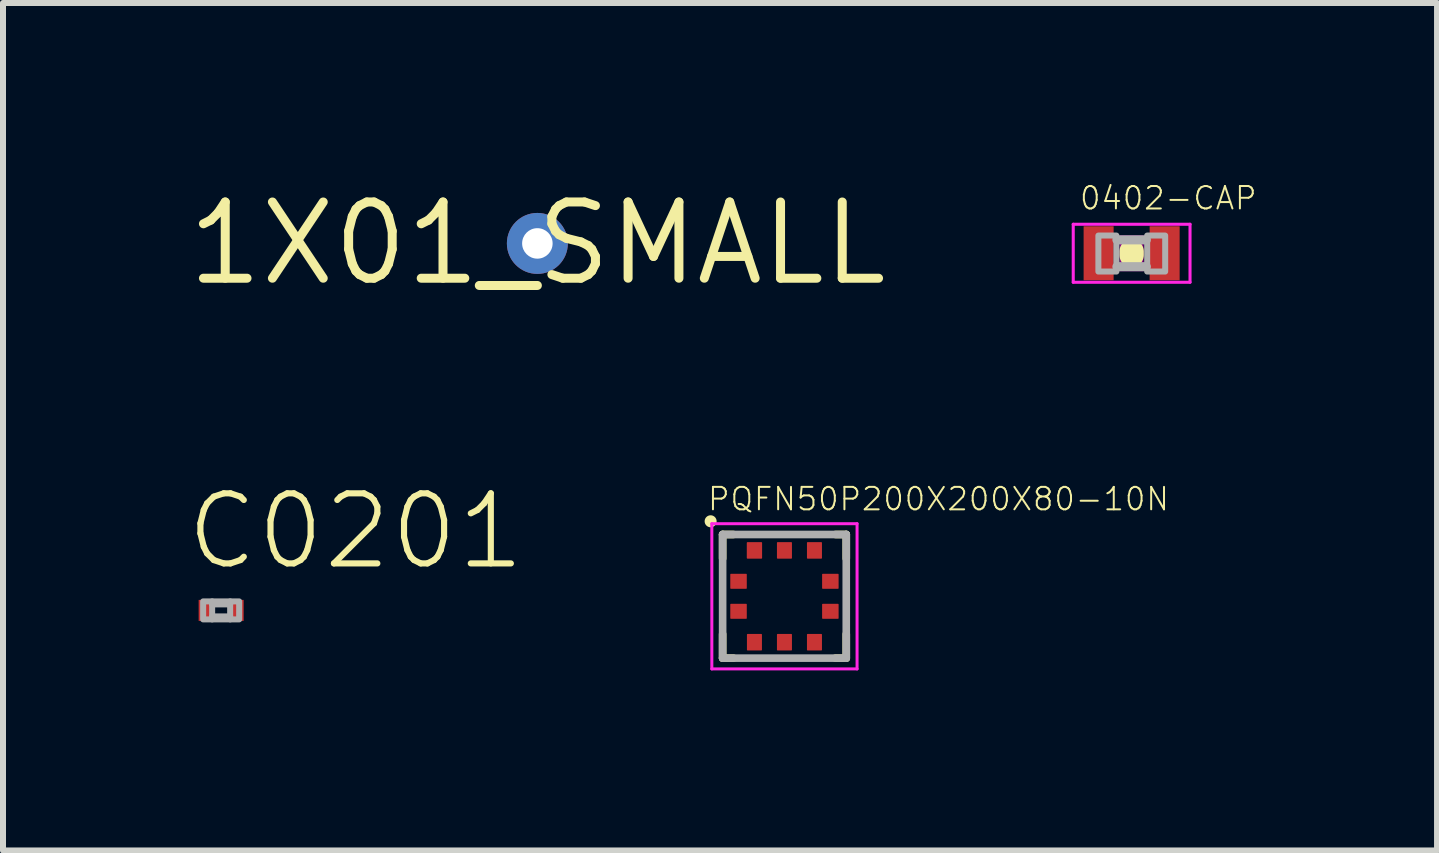
<source format=kicad_pcb>
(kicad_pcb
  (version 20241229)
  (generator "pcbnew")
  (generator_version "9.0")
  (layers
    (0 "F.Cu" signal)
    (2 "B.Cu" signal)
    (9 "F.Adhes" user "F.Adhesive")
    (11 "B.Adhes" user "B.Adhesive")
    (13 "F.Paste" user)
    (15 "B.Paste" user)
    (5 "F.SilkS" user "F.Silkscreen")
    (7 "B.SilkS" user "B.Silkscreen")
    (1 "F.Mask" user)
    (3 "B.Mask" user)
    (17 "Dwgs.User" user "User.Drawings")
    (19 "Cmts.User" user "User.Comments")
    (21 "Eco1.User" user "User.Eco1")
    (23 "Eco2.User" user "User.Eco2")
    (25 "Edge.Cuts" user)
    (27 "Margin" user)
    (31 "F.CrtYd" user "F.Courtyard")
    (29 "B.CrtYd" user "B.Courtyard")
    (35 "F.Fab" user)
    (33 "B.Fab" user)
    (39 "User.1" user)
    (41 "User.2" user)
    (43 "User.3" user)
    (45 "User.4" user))
  (footprint "PQFN50P200X200X80-10N"
    (layer "F.Cu")
    (at 10.021 6.886)
    (property "Reference" "PQFN50P200X200X80-10N" (at -1.302 -1.402 0) (layer "F.SilkS") (effects (font (size 0.374 0.374) (thickness 0.033)) (justify left bottom)))
    (fp_line (start -1.03 -1.03) (end -0.85 -1.03) (stroke (width 0.127) (type solid)) (layer "F.SilkS"))
    (fp_line (start -1.03 -0.63) (end -1.03 -1.03) (stroke (width 0.127) (type solid)) (layer "F.SilkS"))
    (fp_line (start -1.03 1.03) (end -1.03 0.63) (stroke (width 0.127) (type solid)) (layer "F.SilkS"))
    (fp_line (start -0.85 1.03) (end -1.03 1.03) (stroke (width 0.127) (type solid)) (layer "F.SilkS"))
    (fp_line (start 0.85 -1.03) (end 1.03 -1.03) (stroke (width 0.127) (type solid)) (layer "F.SilkS"))
    (fp_line (start 0.85 1.03) (end 1.03 1.03) (stroke (width 0.127) (type solid)) (layer "F.SilkS"))
    (fp_line (start 1.03 -1.03) (end 1.03 -0.63) (stroke (width 0.127) (type solid)) (layer "F.SilkS"))
    (fp_line (start 1.03 1.03) (end 1.03 0.63) (stroke (width 0.127) (type solid)) (layer "F.SilkS"))
    (fp_circle (center -1.23 -1.25) (end -1.18 -1.25) (stroke (width 0.1) (type solid)) (fill yes) (layer "F.SilkS"))
    (fp_line (start -1.21 -1.21) (end 1.21 -1.21) (stroke (width 0.05) (type solid)) (layer "F.CrtYd"))
    (fp_line (start -1.21 1.21) (end -1.21 -1.21) (stroke (width 0.05) (type solid)) (layer "F.CrtYd"))
    (fp_line (start 1.21 -1.21) (end 1.21 1.21) (stroke (width 0.05) (type solid)) (layer "F.CrtYd"))
    (fp_line (start 1.21 1.21) (end -1.21 1.21) (stroke (width 0.05) (type solid)) (layer "F.CrtYd"))
    (fp_line (start -1.03 -1.03) (end 1.03 -1.03) (stroke (width 0.127) (type solid)) (layer "F.Fab"))
    (fp_line (start -1.03 1.03) (end -1.03 -1.03) (stroke (width 0.127) (type solid)) (layer "F.Fab"))
    (fp_line (start 1.03 -1.03) (end 1.03 1.03) (stroke (width 0.127) (type solid)) (layer "F.Fab"))
    (fp_line (start 1.03 1.03) (end -1.03 1.03) (stroke (width 0.127) (type solid)) (layer "F.Fab"))
    (pad "1" smd roundrect (at -0.765 -0.25 90) (size 0.25 0.275) (layers "F.Cu" "F.Mask" "F.Paste") (roundrect_rratio 0.045))
    (pad "2" smd roundrect (at -0.765 0.25 90) (size 0.25 0.275) (layers "F.Cu" "F.Mask" "F.Paste") (roundrect_rratio 0.045))
    (pad "3" smd roundrect (at -0.5 0.765 90) (size 0.275 0.25) (layers "F.Cu" "F.Mask" "F.Paste") (roundrect_rratio 0.045))
    (pad "4" smd roundrect (at 0 0.765 90) (size 0.275 0.25) (layers "F.Cu" "F.Mask" "F.Paste") (roundrect_rratio 0.045))
    (pad "5" smd roundrect (at 0.5 0.765 90) (size 0.275 0.25) (layers "F.Cu" "F.Mask" "F.Paste") (roundrect_rratio 0.045))
    (pad "6" smd roundrect (at 0.765 0.25 90) (size 0.25 0.275) (layers "F.Cu" "F.Mask" "F.Paste") (roundrect_rratio 0.045))
    (pad "7" smd roundrect (at 0.765 -0.25 90) (size 0.25 0.275) (layers "F.Cu" "F.Mask" "F.Paste") (roundrect_rratio 0.045))
    (pad "8" smd roundrect (at 0.5 -0.765 90) (size 0.275 0.25) (layers "F.Cu" "F.Mask" "F.Paste") (roundrect_rratio 0.045))
    (pad "9" smd roundrect (at 0 -0.765 90) (size 0.275 0.25) (layers "F.Cu" "F.Mask" "F.Paste") (roundrect_rratio 0.045))
    (pad "10" smd roundrect (at -0.5 -0.765 90) (size 0.275 0.255) (layers "F.Cu" "F.Mask" "F.Paste") (roundrect_rratio 0.045)))
  (footprint "C0201"
    (layer "F.Cu")
    (at 0.635 7.121)
    (property "Reference" "C0201" (at -0.635 -0.635 0) (layer "F.SilkS") (effects (font (size 1.168 1.168) (thickness 0.102)) (justify left bottom)))
    (fp_poly (pts (xy -0.3 0.15) (xy -0.15 0.15) (xy -0.15 -0.15) (xy -0.3 -0.15)) (stroke (width 0.1) (type solid)) (fill no) (layer "F.Fab"))
    (fp_poly (pts (xy -0.15 -0.1) (xy 0.15 -0.1) (xy 0.15 -0.15) (xy -0.15 -0.15)) (stroke (width 0.1) (type solid)) (fill no) (layer "F.Fab"))
    (fp_poly (pts (xy -0.15 0.15) (xy 0.15 0.15) (xy 0.15 0.1) (xy -0.15 0.1)) (stroke (width 0.1) (type solid)) (fill no) (layer "F.Fab"))
    (fp_poly (pts (xy 0.15 0.15) (xy 0.3 0.15) (xy 0.3 -0.15) (xy 0.15 -0.15)) (stroke (width 0.1) (type solid)) (fill no) (layer "F.Fab"))
    (pad "1" smd rect (at -0.25 0) (size 0.25 0.35) (layers "F.Cu" "F.Mask" "F.Paste"))
    (pad "2" smd rect (at 0.25 0) (size 0.25 0.35) (layers "F.Cu" "F.Mask" "F.Paste")))
  (footprint "0402-CAP"
    (layer "F.Cu")
    (at 15.806 1.17)
    (property "Reference" "0402-CAP" (at -0.889 -0.699 0) (layer "F.SilkS") (effects (font (size 0.374 0.374) (thickness 0.033)) (justify left bottom)))
    (fp_line (start 0 -0.03) (end 0 0.03) (stroke (width 0.406) (type solid)) (layer "F.SilkS"))
    (fp_poly (pts (xy -0.2 0.3) (xy 0.2 0.3) (xy 0.2 -0.3) (xy -0.2 -0.3)) (stroke (width 0) (type solid)) (fill yes) (layer "F.Adhes"))
    (fp_line (start -0.973 -0.483) (end 0.973 -0.483) (stroke (width 0.051) (type solid)) (layer "F.CrtYd"))
    (fp_line (start -0.973 0.483) (end -0.973 -0.483) (stroke (width 0.051) (type solid)) (layer "F.CrtYd"))
    (fp_line (start 0.973 -0.483) (end 0.973 0.483) (stroke (width 0.051) (type solid)) (layer "F.CrtYd"))
    (fp_line (start 0.973 0.483) (end -0.973 0.483) (stroke (width 0.051) (type solid)) (layer "F.CrtYd"))
    (fp_line (start -0.245 -0.224) (end 0.245 -0.224) (stroke (width 0.152) (type solid)) (layer "F.Fab"))
    (fp_line (start 0.245 0.224) (end -0.245 0.224) (stroke (width 0.152) (type solid)) (layer "F.Fab"))
    (fp_poly (pts (xy -0.554 0.305) (xy -0.254 0.305) (xy -0.254 -0.295) (xy -0.554 -0.295)) (stroke (width 0.1) (type solid)) (fill no) (layer "F.Fab"))
    (fp_poly (pts (xy 0.259 0.305) (xy 0.559 0.305) (xy 0.559 -0.295) (xy 0.259 -0.295)) (stroke (width 0.1) (type solid)) (fill no) (layer "F.Fab"))
    (pad "1" smd rect (at -0.55 0) (size 0.5 0.9) (layers "F.Cu" "F.Mask" "F.Paste"))
    (pad "2" smd rect (at 0.55 0) (size 0.5 0.9) (layers "F.Cu" "F.Mask" "F.Paste")))
  (footprint "1X01_SMALL"
    (layer "F.Cu")
    (at 5.904 1.006)
    (property "Reference" "1X01_SMALL" (at 0 0 0) (layer "F.SilkS") (effects (font (size 1.27 1.27) (thickness 0.15))))
    (pad "P$1" thru_hole circle (at 0 0) (size 1.016 1.016) (drill 0.508) (layers "*.Cu" "*.Mask")))
  (gr_rect
    (start -3 -3)
    (end 20.895 11.121)
    (stroke (width 0.1) (type default))
    (fill no)
    (layer "Edge.Cuts")))
</source>
